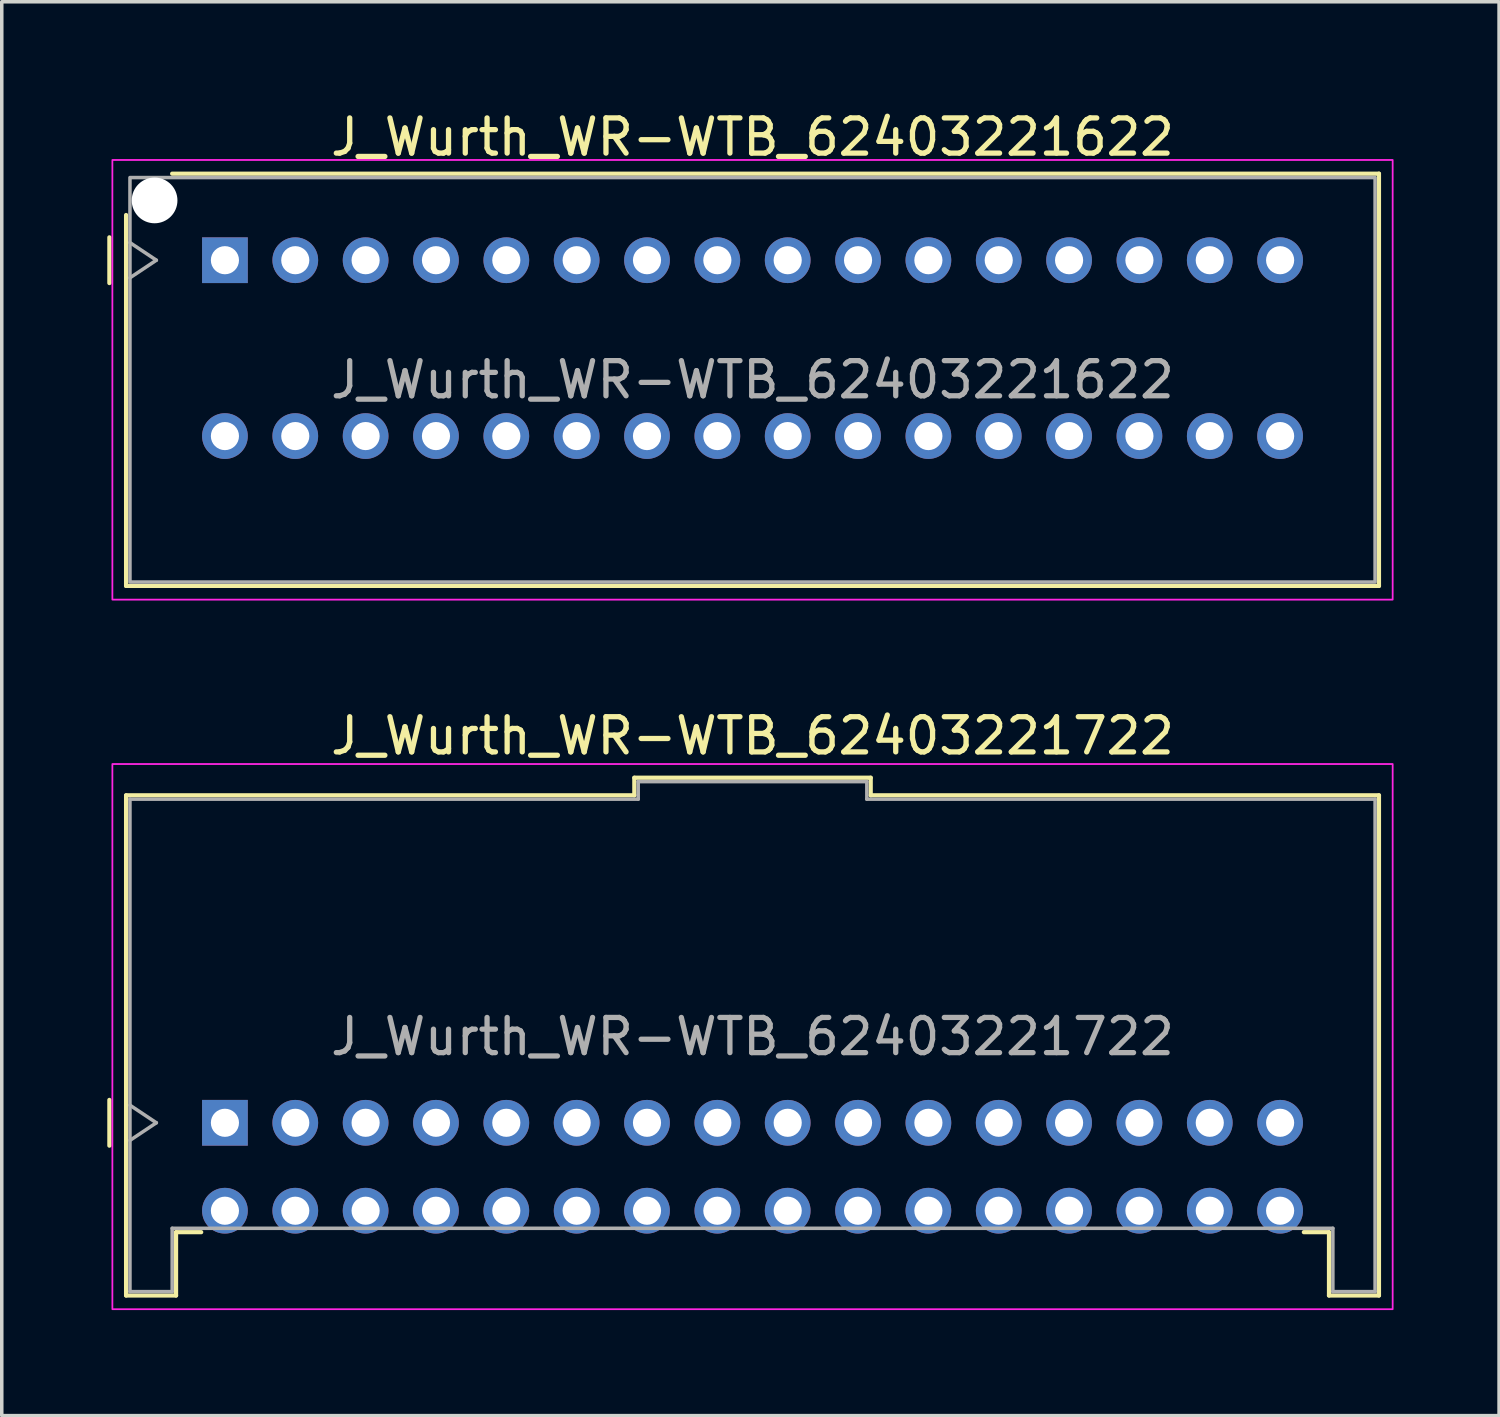
<source format=kicad_pcb>
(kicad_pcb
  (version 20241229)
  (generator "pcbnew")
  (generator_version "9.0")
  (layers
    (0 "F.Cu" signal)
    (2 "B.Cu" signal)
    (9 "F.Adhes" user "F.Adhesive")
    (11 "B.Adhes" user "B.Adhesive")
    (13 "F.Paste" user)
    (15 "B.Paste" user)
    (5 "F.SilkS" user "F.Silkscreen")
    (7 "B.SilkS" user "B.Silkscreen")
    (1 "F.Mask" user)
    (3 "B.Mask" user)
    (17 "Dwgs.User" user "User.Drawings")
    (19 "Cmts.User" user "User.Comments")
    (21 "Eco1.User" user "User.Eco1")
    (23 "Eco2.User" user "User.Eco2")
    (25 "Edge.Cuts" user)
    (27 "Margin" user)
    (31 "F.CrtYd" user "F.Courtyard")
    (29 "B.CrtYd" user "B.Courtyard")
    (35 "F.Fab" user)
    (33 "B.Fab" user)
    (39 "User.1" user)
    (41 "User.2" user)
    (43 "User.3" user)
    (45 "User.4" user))
  (footprint "J_Wurth_WR-WTB_62403221622"
    (layer "F.Cu")
    (at 3.345 4.348)
    (property "Reference" "J_Wurth_WR-WTB_62403221622" (at 15 -3.5 0) (unlocked yes) (layer "F.SilkS") (effects (font (size 1 1) (thickness 0.15))))
    (attr through_hole)
    (fp_line (start -3.285 -0.65) (end -3.285 0.65) (stroke (width 0.12) (type solid)) (layer "F.SilkS"))
    (fp_line (start -2.81 9.26) (end -2.81 -1.285) (stroke (width 0.12) (type default)) (layer "F.SilkS"))
    (fp_line (start -1.5 -2.46) (end 32.81 -2.46) (stroke (width 0.12) (type default)) (layer "F.SilkS"))
    (fp_line (start 32.81 -2.46) (end 32.81 9.26) (stroke (width 0.12) (type solid)) (layer "F.SilkS"))
    (fp_line (start 32.81 9.26) (end -2.81 9.26) (stroke (width 0.12) (type default)) (layer "F.SilkS"))
    (fp_rect (start -3.2 -2.85) (end 33.2 9.65) (stroke (width 0.05) (type solid)) (fill no) (layer "F.CrtYd"))
    (fp_line (start -1.95 0) (end -2.7 -0.5) (stroke (width 0.1) (type solid)) (layer "F.Fab"))
    (fp_line (start -1.95 0) (end -2.7 0.5) (stroke (width 0.1) (type solid)) (layer "F.Fab"))
    (fp_rect (start -2.7 -2.35) (end 32.7 9.15) (stroke (width 0.1) (type solid)) (fill no) (layer "F.Fab"))
    (fp_text user "${REFERENCE}" (at 15 3.4 0) (unlocked yes) (layer "F.Fab") (effects (font (size 1 1) (thickness 0.15))))
    (pad "" np_thru_hole circle (at -2 -1.7) (size 1.3 1.3) (drill 1.3) (layers "*.Cu" "*.Mask"))
    (pad "1" thru_hole rect (at 0 0) (size 1.3 1.3) (drill 0.8) (layers "*.Cu" "*.Mask"))
    (pad "2" thru_hole circle (at 0 5) (size 1.3 1.3) (drill 0.8) (layers "*.Cu" "*.Mask"))
    (pad "3" thru_hole circle (at 2 0) (size 1.3 1.3) (drill 0.8) (layers "*.Cu" "*.Mask"))
    (pad "4" thru_hole circle (at 2 5) (size 1.3 1.3) (drill 0.8) (layers "*.Cu" "*.Mask"))
    (pad "5" thru_hole circle (at 4 0) (size 1.3 1.3) (drill 0.8) (layers "*.Cu" "*.Mask"))
    (pad "6" thru_hole circle (at 4 5) (size 1.3 1.3) (drill 0.8) (layers "*.Cu" "*.Mask"))
    (pad "7" thru_hole circle (at 6 0) (size 1.3 1.3) (drill 0.8) (layers "*.Cu" "*.Mask"))
    (pad "8" thru_hole circle (at 6 5) (size 1.3 1.3) (drill 0.8) (layers "*.Cu" "*.Mask"))
    (pad "9" thru_hole circle (at 8 0) (size 1.3 1.3) (drill 0.8) (layers "*.Cu" "*.Mask"))
    (pad "10" thru_hole circle (at 8 5) (size 1.3 1.3) (drill 0.8) (layers "*.Cu" "*.Mask"))
    (pad "11" thru_hole circle (at 10 0) (size 1.3 1.3) (drill 0.8) (layers "*.Cu" "*.Mask"))
    (pad "12" thru_hole circle (at 10 5) (size 1.3 1.3) (drill 0.8) (layers "*.Cu" "*.Mask"))
    (pad "13" thru_hole circle (at 12 0) (size 1.3 1.3) (drill 0.8) (layers "*.Cu" "*.Mask"))
    (pad "14" thru_hole circle (at 12 5) (size 1.3 1.3) (drill 0.8) (layers "*.Cu" "*.Mask"))
    (pad "15" thru_hole circle (at 14 0) (size 1.3 1.3) (drill 0.8) (layers "*.Cu" "*.Mask"))
    (pad "16" thru_hole circle (at 14 5) (size 1.3 1.3) (drill 0.8) (layers "*.Cu" "*.Mask"))
    (pad "17" thru_hole circle (at 16 0) (size 1.3 1.3) (drill 0.8) (layers "*.Cu" "*.Mask"))
    (pad "18" thru_hole circle (at 16 5) (size 1.3 1.3) (drill 0.8) (layers "*.Cu" "*.Mask"))
    (pad "19" thru_hole circle (at 18 0) (size 1.3 1.3) (drill 0.8) (layers "*.Cu" "*.Mask"))
    (pad "20" thru_hole circle (at 18 5) (size 1.3 1.3) (drill 0.8) (layers "*.Cu" "*.Mask"))
    (pad "21" thru_hole circle (at 20 0) (size 1.3 1.3) (drill 0.8) (layers "*.Cu" "*.Mask"))
    (pad "22" thru_hole circle (at 20 5) (size 1.3 1.3) (drill 0.8) (layers "*.Cu" "*.Mask"))
    (pad "23" thru_hole circle (at 22 0) (size 1.3 1.3) (drill 0.8) (layers "*.Cu" "*.Mask"))
    (pad "24" thru_hole circle (at 22 5) (size 1.3 1.3) (drill 0.8) (layers "*.Cu" "*.Mask"))
    (pad "25" thru_hole circle (at 24 0) (size 1.3 1.3) (drill 0.8) (layers "*.Cu" "*.Mask"))
    (pad "26" thru_hole circle (at 24 5) (size 1.3 1.3) (drill 0.8) (layers "*.Cu" "*.Mask"))
    (pad "27" thru_hole circle (at 26 0) (size 1.3 1.3) (drill 0.8) (layers "*.Cu" "*.Mask"))
    (pad "28" thru_hole circle (at 26 5) (size 1.3 1.3) (drill 0.8) (layers "*.Cu" "*.Mask"))
    (pad "29" thru_hole circle (at 28 0) (size 1.3 1.3) (drill 0.8) (layers "*.Cu" "*.Mask"))
    (pad "30" thru_hole circle (at 28 5) (size 1.3 1.3) (drill 0.8) (layers "*.Cu" "*.Mask"))
    (pad "31" thru_hole circle (at 30 0) (size 1.3 1.3) (drill 0.8) (layers "*.Cu" "*.Mask"))
    (pad "32" thru_hole circle (at 30 5) (size 1.3 1.3) (drill 0.8) (layers "*.Cu" "*.Mask")))
  (footprint "J_Wurth_WR-WTB_62403221722"
    (layer "F.Cu")
    (at 3.345 28.872)
    (property "Reference" "J_Wurth_WR-WTB_62403221722" (at 15 -11 0) (unlocked yes) (layer "F.SilkS") (effects (font (size 1 1) (thickness 0.15))))
    (attr through_hole)
    (fp_line (start -3.285 -0.65) (end -3.285 0.65) (stroke (width 0.12) (type solid)) (layer "F.SilkS"))
    (fp_line (start -2.81 -9.31) (end 11.64 -9.31) (stroke (width 0.12) (type solid)) (layer "F.SilkS"))
    (fp_line (start -2.81 4.91) (end -2.81 -9.31) (stroke (width 0.12) (type default)) (layer "F.SilkS"))
    (fp_line (start -2.81 4.91) (end -1.39 4.91) (stroke (width 0.12) (type solid)) (layer "F.SilkS"))
    (fp_line (start -1.39 4.91) (end -1.39 3.11) (stroke (width 0.12) (type solid)) (layer "F.SilkS"))
    (fp_line (start -0.675 3.11) (end -1.39 3.11) (stroke (width 0.12) (type default)) (layer "F.SilkS"))
    (fp_line (start 11.64 -9.31) (end 11.64 -9.81) (stroke (width 0.12) (type solid)) (layer "F.SilkS"))
    (fp_line (start 18.36 -9.81) (end 11.64 -9.81) (stroke (width 0.12) (type default)) (layer "F.SilkS"))
    (fp_line (start 18.36 -9.31) (end 18.36 -9.81) (stroke (width 0.12) (type solid)) (layer "F.SilkS"))
    (fp_line (start 31.39 3.11) (end 30.675 3.11) (stroke (width 0.12) (type default)) (layer "F.SilkS"))
    (fp_line (start 31.39 4.91) (end 31.39 3.11) (stroke (width 0.12) (type solid)) (layer "F.SilkS"))
    (fp_line (start 32.81 -9.31) (end 18.36 -9.31) (stroke (width 0.12) (type solid)) (layer "F.SilkS"))
    (fp_line (start 32.81 -9.31) (end 32.81 4.91) (stroke (width 0.12) (type default)) (layer "F.SilkS"))
    (fp_line (start 32.81 4.91) (end 31.39 4.91) (stroke (width 0.12) (type solid)) (layer "F.SilkS"))
    (fp_rect (start -3.2 -10.2) (end 33.2 5.3) (stroke (width 0.05) (type solid)) (fill no) (layer "F.CrtYd"))
    (fp_line (start -2.7 -9.2) (end 11.75 -9.2) (stroke (width 0.1) (type solid)) (layer "F.Fab"))
    (fp_line (start -2.7 4.8) (end -2.7 -9.2) (stroke (width 0.1) (type default)) (layer "F.Fab"))
    (fp_line (start -2.7 4.8) (end -1.5 4.8) (stroke (width 0.1) (type solid)) (layer "F.Fab"))
    (fp_line (start -1.95 0) (end -2.7 -0.5) (stroke (width 0.1) (type solid)) (layer "F.Fab"))
    (fp_line (start -1.95 0) (end -2.7 0.5) (stroke (width 0.1) (type solid)) (layer "F.Fab"))
    (fp_line (start -1.5 4.8) (end -1.5 3) (stroke (width 0.1) (type solid)) (layer "F.Fab"))
    (fp_line (start 11.75 -9.2) (end 11.75 -9.7) (stroke (width 0.1) (type solid)) (layer "F.Fab"))
    (fp_line (start 18.25 -9.7) (end 11.75 -9.7) (stroke (width 0.1) (type default)) (layer "F.Fab"))
    (fp_line (start 18.25 -9.2) (end 18.25 -9.7) (stroke (width 0.1) (type solid)) (layer "F.Fab"))
    (fp_line (start 31.5 3) (end -1.5 3) (stroke (width 0.1) (type default)) (layer "F.Fab"))
    (fp_line (start 31.5 4.8) (end 31.5 3) (stroke (width 0.1) (type solid)) (layer "F.Fab"))
    (fp_line (start 32.7 -9.2) (end 18.25 -9.2) (stroke (width 0.1) (type solid)) (layer "F.Fab"))
    (fp_line (start 32.7 -9.2) (end 32.7 4.8) (stroke (width 0.1) (type default)) (layer "F.Fab"))
    (fp_line (start 32.7 4.8) (end 31.5 4.8) (stroke (width 0.1) (type solid)) (layer "F.Fab"))
    (fp_text user "${REFERENCE}" (at 15 -2.45 0) (unlocked yes) (layer "F.Fab") (effects (font (size 1 1) (thickness 0.15))))
    (pad "1" thru_hole rect (at 0 0 180) (size 1.3 1.3) (drill 0.8) (layers "*.Cu" "*.Mask"))
    (pad "2" thru_hole circle (at 0 2.5 180) (size 1.3 1.3) (drill 0.8) (layers "*.Cu" "*.Mask"))
    (pad "3" thru_hole circle (at 2 0 180) (size 1.3 1.3) (drill 0.8) (layers "*.Cu" "*.Mask"))
    (pad "4" thru_hole circle (at 2 2.5 180) (size 1.3 1.3) (drill 0.8) (layers "*.Cu" "*.Mask"))
    (pad "5" thru_hole circle (at 4 0 180) (size 1.3 1.3) (drill 0.8) (layers "*.Cu" "*.Mask"))
    (pad "6" thru_hole circle (at 4 2.5 180) (size 1.3 1.3) (drill 0.8) (layers "*.Cu" "*.Mask"))
    (pad "7" thru_hole circle (at 6 2.5 180) (size 1.3 1.3) (drill 0.8) (layers "*.Cu" "*.Mask"))
    (pad "8" thru_hole circle (at 6 0 180) (size 1.3 1.3) (drill 0.8) (layers "*.Cu" "*.Mask"))
    (pad "9" thru_hole circle (at 8 2.5 180) (size 1.3 1.3) (drill 0.8) (layers "*.Cu" "*.Mask"))
    (pad "10" thru_hole circle (at 8 0 180) (size 1.3 1.3) (drill 0.8) (layers "*.Cu" "*.Mask"))
    (pad "11" thru_hole circle (at 10 2.5 180) (size 1.3 1.3) (drill 0.8) (layers "*.Cu" "*.Mask"))
    (pad "12" thru_hole circle (at 10 0 180) (size 1.3 1.3) (drill 0.8) (layers "*.Cu" "*.Mask"))
    (pad "13" thru_hole circle (at 12 2.5 180) (size 1.3 1.3) (drill 0.8) (layers "*.Cu" "*.Mask"))
    (pad "14" thru_hole circle (at 12 0 180) (size 1.3 1.3) (drill 0.8) (layers "*.Cu" "*.Mask"))
    (pad "15" thru_hole circle (at 14 2.5 180) (size 1.3 1.3) (drill 0.8) (layers "*.Cu" "*.Mask"))
    (pad "16" thru_hole circle (at 14 0 180) (size 1.3 1.3) (drill 0.8) (layers "*.Cu" "*.Mask"))
    (pad "17" thru_hole circle (at 16 2.5 180) (size 1.3 1.3) (drill 0.8) (layers "*.Cu" "*.Mask"))
    (pad "18" thru_hole circle (at 16 0 180) (size 1.3 1.3) (drill 0.8) (layers "*.Cu" "*.Mask"))
    (pad "19" thru_hole circle (at 18 2.5 180) (size 1.3 1.3) (drill 0.8) (layers "*.Cu" "*.Mask"))
    (pad "20" thru_hole circle (at 18 0 180) (size 1.3 1.3) (drill 0.8) (layers "*.Cu" "*.Mask"))
    (pad "21" thru_hole circle (at 20 2.5 180) (size 1.3 1.3) (drill 0.8) (layers "*.Cu" "*.Mask"))
    (pad "22" thru_hole circle (at 20 0 180) (size 1.3 1.3) (drill 0.8) (layers "*.Cu" "*.Mask"))
    (pad "23" thru_hole circle (at 22 2.5 180) (size 1.3 1.3) (drill 0.8) (layers "*.Cu" "*.Mask"))
    (pad "24" thru_hole circle (at 22 0 180) (size 1.3 1.3) (drill 0.8) (layers "*.Cu" "*.Mask"))
    (pad "25" thru_hole circle (at 24 2.5 180) (size 1.3 1.3) (drill 0.8) (layers "*.Cu" "*.Mask"))
    (pad "26" thru_hole circle (at 24 0 180) (size 1.3 1.3) (drill 0.8) (layers "*.Cu" "*.Mask"))
    (pad "27" thru_hole circle (at 26 2.5 180) (size 1.3 1.3) (drill 0.8) (layers "*.Cu" "*.Mask"))
    (pad "28" thru_hole circle (at 26 0 180) (size 1.3 1.3) (drill 0.8) (layers "*.Cu" "*.Mask"))
    (pad "29" thru_hole circle (at 28 2.5 180) (size 1.3 1.3) (drill 0.8) (layers "*.Cu" "*.Mask"))
    (pad "30" thru_hole circle (at 28 0 180) (size 1.3 1.3) (drill 0.8) (layers "*.Cu" "*.Mask"))
    (pad "31" thru_hole circle (at 30 2.5 180) (size 1.3 1.3) (drill 0.8) (layers "*.Cu" "*.Mask"))
    (pad "32" thru_hole circle (at 30 0 180) (size 1.3 1.3) (drill 0.8) (layers "*.Cu" "*.Mask")))
  (gr_rect
    (start -3 -3)
    (end 39.57 37.197)
    (stroke (width 0.1) (type default))
    (fill no)
    (layer "Edge.Cuts")))
</source>
